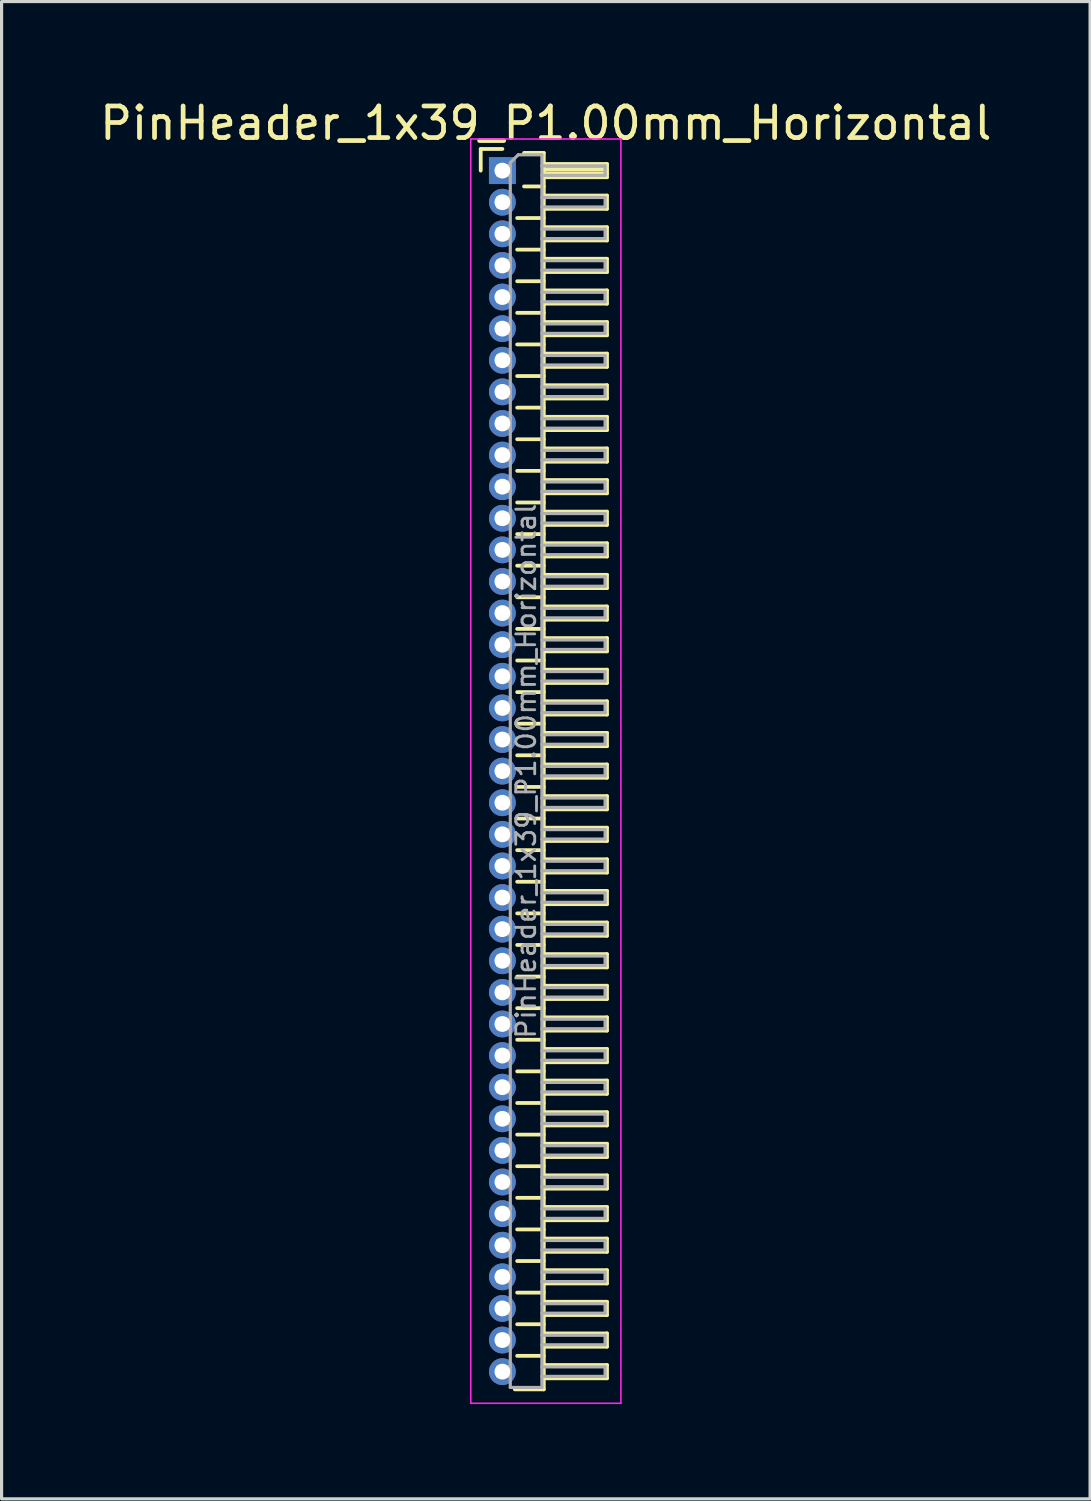
<source format=kicad_pcb>
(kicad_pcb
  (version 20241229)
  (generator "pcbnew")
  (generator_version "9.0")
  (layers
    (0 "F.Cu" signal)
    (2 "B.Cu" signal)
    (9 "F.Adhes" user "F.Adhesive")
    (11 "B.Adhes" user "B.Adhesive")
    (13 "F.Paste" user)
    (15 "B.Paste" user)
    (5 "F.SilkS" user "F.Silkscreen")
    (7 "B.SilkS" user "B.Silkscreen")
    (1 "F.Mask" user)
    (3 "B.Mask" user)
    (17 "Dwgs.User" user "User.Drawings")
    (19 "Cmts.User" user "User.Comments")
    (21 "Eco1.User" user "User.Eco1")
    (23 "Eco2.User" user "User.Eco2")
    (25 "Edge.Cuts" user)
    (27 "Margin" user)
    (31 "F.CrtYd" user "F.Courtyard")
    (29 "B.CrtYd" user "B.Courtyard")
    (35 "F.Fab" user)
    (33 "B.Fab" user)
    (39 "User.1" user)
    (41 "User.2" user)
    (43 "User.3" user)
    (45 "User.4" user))
  (footprint "PinHeader_1x39_P1.00mm_Horizontal"
    (layer "F.Cu")
    (at 12.845 2.348)
    (property "Reference" "PinHeader_1x39_P1.00mm_Horizontal" (at 1.375 -1.5 0) (layer "F.SilkS") (effects (font (size 1 1) (thickness 0.15))))
    (attr through_hole)
    (fp_line (start -0.685 -0.685) (end 0 -0.685) (stroke (width 0.12) (type solid)) (layer "F.SilkS"))
    (fp_line (start -0.685 0) (end -0.685 -0.685) (stroke (width 0.12) (type solid)) (layer "F.SilkS"))
    (fp_line (start 0.468 1.5) (end 1.31 1.5) (stroke (width 0.12) (type solid)) (layer "F.SilkS"))
    (fp_line (start 0.468 2.5) (end 1.31 2.5) (stroke (width 0.12) (type solid)) (layer "F.SilkS"))
    (fp_line (start 0.468 3.5) (end 1.31 3.5) (stroke (width 0.12) (type solid)) (layer "F.SilkS"))
    (fp_line (start 0.468 4.5) (end 1.31 4.5) (stroke (width 0.12) (type solid)) (layer "F.SilkS"))
    (fp_line (start 0.468 5.5) (end 1.31 5.5) (stroke (width 0.12) (type solid)) (layer "F.SilkS"))
    (fp_line (start 0.468 6.5) (end 1.31 6.5) (stroke (width 0.12) (type solid)) (layer "F.SilkS"))
    (fp_line (start 0.468 7.5) (end 1.31 7.5) (stroke (width 0.12) (type solid)) (layer "F.SilkS"))
    (fp_line (start 0.468 8.5) (end 1.31 8.5) (stroke (width 0.12) (type solid)) (layer "F.SilkS"))
    (fp_line (start 0.468 9.5) (end 1.31 9.5) (stroke (width 0.12) (type solid)) (layer "F.SilkS"))
    (fp_line (start 0.468 10.5) (end 1.31 10.5) (stroke (width 0.12) (type solid)) (layer "F.SilkS"))
    (fp_line (start 0.468 11.5) (end 1.31 11.5) (stroke (width 0.12) (type solid)) (layer "F.SilkS"))
    (fp_line (start 0.468 12.5) (end 1.31 12.5) (stroke (width 0.12) (type solid)) (layer "F.SilkS"))
    (fp_line (start 0.468 13.5) (end 1.31 13.5) (stroke (width 0.12) (type solid)) (layer "F.SilkS"))
    (fp_line (start 0.468 14.5) (end 1.31 14.5) (stroke (width 0.12) (type solid)) (layer "F.SilkS"))
    (fp_line (start 0.468 15.5) (end 1.31 15.5) (stroke (width 0.12) (type solid)) (layer "F.SilkS"))
    (fp_line (start 0.468 16.5) (end 1.31 16.5) (stroke (width 0.12) (type solid)) (layer "F.SilkS"))
    (fp_line (start 0.468 17.5) (end 1.31 17.5) (stroke (width 0.12) (type solid)) (layer "F.SilkS"))
    (fp_line (start 0.468 18.5) (end 1.31 18.5) (stroke (width 0.12) (type solid)) (layer "F.SilkS"))
    (fp_line (start 0.468 19.5) (end 1.31 19.5) (stroke (width 0.12) (type solid)) (layer "F.SilkS"))
    (fp_line (start 0.468 20.5) (end 1.31 20.5) (stroke (width 0.12) (type solid)) (layer "F.SilkS"))
    (fp_line (start 0.468 21.5) (end 1.31 21.5) (stroke (width 0.12) (type solid)) (layer "F.SilkS"))
    (fp_line (start 0.468 22.5) (end 1.31 22.5) (stroke (width 0.12) (type solid)) (layer "F.SilkS"))
    (fp_line (start 0.468 23.5) (end 1.31 23.5) (stroke (width 0.12) (type solid)) (layer "F.SilkS"))
    (fp_line (start 0.468 24.5) (end 1.31 24.5) (stroke (width 0.12) (type solid)) (layer "F.SilkS"))
    (fp_line (start 0.468 25.5) (end 1.31 25.5) (stroke (width 0.12) (type solid)) (layer "F.SilkS"))
    (fp_line (start 0.468 26.5) (end 1.31 26.5) (stroke (width 0.12) (type solid)) (layer "F.SilkS"))
    (fp_line (start 0.468 27.5) (end 1.31 27.5) (stroke (width 0.12) (type solid)) (layer "F.SilkS"))
    (fp_line (start 0.468 28.5) (end 1.31 28.5) (stroke (width 0.12) (type solid)) (layer "F.SilkS"))
    (fp_line (start 0.468 29.5) (end 1.31 29.5) (stroke (width 0.12) (type solid)) (layer "F.SilkS"))
    (fp_line (start 0.468 30.5) (end 1.31 30.5) (stroke (width 0.12) (type solid)) (layer "F.SilkS"))
    (fp_line (start 0.468 31.5) (end 1.31 31.5) (stroke (width 0.12) (type solid)) (layer "F.SilkS"))
    (fp_line (start 0.468 32.5) (end 1.31 32.5) (stroke (width 0.12) (type solid)) (layer "F.SilkS"))
    (fp_line (start 0.468 33.5) (end 1.31 33.5) (stroke (width 0.12) (type solid)) (layer "F.SilkS"))
    (fp_line (start 0.468 34.5) (end 1.31 34.5) (stroke (width 0.12) (type solid)) (layer "F.SilkS"))
    (fp_line (start 0.468 35.5) (end 1.31 35.5) (stroke (width 0.12) (type solid)) (layer "F.SilkS"))
    (fp_line (start 0.468 36.5) (end 1.31 36.5) (stroke (width 0.12) (type solid)) (layer "F.SilkS"))
    (fp_line (start 0.468 37.5) (end 1.31 37.5) (stroke (width 0.12) (type solid)) (layer "F.SilkS"))
    (fp_line (start 0.685 -0.56) (end 1.31 -0.56) (stroke (width 0.12) (type solid)) (layer "F.SilkS"))
    (fp_line (start 0.685 0.5) (end 1.31 0.5) (stroke (width 0.12) (type solid)) (layer "F.SilkS"))
    (fp_line (start 1.31 -0.56) (end 1.31 38.56) (stroke (width 0.12) (type solid)) (layer "F.SilkS"))
    (fp_line (start 1.31 -0.21) (end 3.31 -0.21) (stroke (width 0.12) (type solid)) (layer "F.SilkS"))
    (fp_line (start 1.31 -0.15) (end 3.31 -0.15) (stroke (width 0.12) (type solid)) (layer "F.SilkS"))
    (fp_line (start 1.31 -0.03) (end 3.31 -0.03) (stroke (width 0.12) (type solid)) (layer "F.SilkS"))
    (fp_line (start 1.31 0.09) (end 3.31 0.09) (stroke (width 0.12) (type solid)) (layer "F.SilkS"))
    (fp_line (start 1.31 0.79) (end 3.31 0.79) (stroke (width 0.12) (type solid)) (layer "F.SilkS"))
    (fp_line (start 1.31 1.79) (end 3.31 1.79) (stroke (width 0.12) (type solid)) (layer "F.SilkS"))
    (fp_line (start 1.31 2.79) (end 3.31 2.79) (stroke (width 0.12) (type solid)) (layer "F.SilkS"))
    (fp_line (start 1.31 3.79) (end 3.31 3.79) (stroke (width 0.12) (type solid)) (layer "F.SilkS"))
    (fp_line (start 1.31 4.79) (end 3.31 4.79) (stroke (width 0.12) (type solid)) (layer "F.SilkS"))
    (fp_line (start 1.31 5.79) (end 3.31 5.79) (stroke (width 0.12) (type solid)) (layer "F.SilkS"))
    (fp_line (start 1.31 6.79) (end 3.31 6.79) (stroke (width 0.12) (type solid)) (layer "F.SilkS"))
    (fp_line (start 1.31 7.79) (end 3.31 7.79) (stroke (width 0.12) (type solid)) (layer "F.SilkS"))
    (fp_line (start 1.31 8.79) (end 3.31 8.79) (stroke (width 0.12) (type solid)) (layer "F.SilkS"))
    (fp_line (start 1.31 9.79) (end 3.31 9.79) (stroke (width 0.12) (type solid)) (layer "F.SilkS"))
    (fp_line (start 1.31 10.79) (end 3.31 10.79) (stroke (width 0.12) (type solid)) (layer "F.SilkS"))
    (fp_line (start 1.31 11.79) (end 3.31 11.79) (stroke (width 0.12) (type solid)) (layer "F.SilkS"))
    (fp_line (start 1.31 12.79) (end 3.31 12.79) (stroke (width 0.12) (type solid)) (layer "F.SilkS"))
    (fp_line (start 1.31 13.79) (end 3.31 13.79) (stroke (width 0.12) (type solid)) (layer "F.SilkS"))
    (fp_line (start 1.31 14.79) (end 3.31 14.79) (stroke (width 0.12) (type solid)) (layer "F.SilkS"))
    (fp_line (start 1.31 15.79) (end 3.31 15.79) (stroke (width 0.12) (type solid)) (layer "F.SilkS"))
    (fp_line (start 1.31 16.79) (end 3.31 16.79) (stroke (width 0.12) (type solid)) (layer "F.SilkS"))
    (fp_line (start 1.31 17.79) (end 3.31 17.79) (stroke (width 0.12) (type solid)) (layer "F.SilkS"))
    (fp_line (start 1.31 18.79) (end 3.31 18.79) (stroke (width 0.12) (type solid)) (layer "F.SilkS"))
    (fp_line (start 1.31 19.79) (end 3.31 19.79) (stroke (width 0.12) (type solid)) (layer "F.SilkS"))
    (fp_line (start 1.31 20.79) (end 3.31 20.79) (stroke (width 0.12) (type solid)) (layer "F.SilkS"))
    (fp_line (start 1.31 21.79) (end 3.31 21.79) (stroke (width 0.12) (type solid)) (layer "F.SilkS"))
    (fp_line (start 1.31 22.79) (end 3.31 22.79) (stroke (width 0.12) (type solid)) (layer "F.SilkS"))
    (fp_line (start 1.31 23.79) (end 3.31 23.79) (stroke (width 0.12) (type solid)) (layer "F.SilkS"))
    (fp_line (start 1.31 24.79) (end 3.31 24.79) (stroke (width 0.12) (type solid)) (layer "F.SilkS"))
    (fp_line (start 1.31 25.79) (end 3.31 25.79) (stroke (width 0.12) (type solid)) (layer "F.SilkS"))
    (fp_line (start 1.31 26.79) (end 3.31 26.79) (stroke (width 0.12) (type solid)) (layer "F.SilkS"))
    (fp_line (start 1.31 27.79) (end 3.31 27.79) (stroke (width 0.12) (type solid)) (layer "F.SilkS"))
    (fp_line (start 1.31 28.79) (end 3.31 28.79) (stroke (width 0.12) (type solid)) (layer "F.SilkS"))
    (fp_line (start 1.31 29.79) (end 3.31 29.79) (stroke (width 0.12) (type solid)) (layer "F.SilkS"))
    (fp_line (start 1.31 30.79) (end 3.31 30.79) (stroke (width 0.12) (type solid)) (layer "F.SilkS"))
    (fp_line (start 1.31 31.79) (end 3.31 31.79) (stroke (width 0.12) (type solid)) (layer "F.SilkS"))
    (fp_line (start 1.31 32.79) (end 3.31 32.79) (stroke (width 0.12) (type solid)) (layer "F.SilkS"))
    (fp_line (start 1.31 33.79) (end 3.31 33.79) (stroke (width 0.12) (type solid)) (layer "F.SilkS"))
    (fp_line (start 1.31 34.79) (end 3.31 34.79) (stroke (width 0.12) (type solid)) (layer "F.SilkS"))
    (fp_line (start 1.31 35.79) (end 3.31 35.79) (stroke (width 0.12) (type solid)) (layer "F.SilkS"))
    (fp_line (start 1.31 36.79) (end 3.31 36.79) (stroke (width 0.12) (type solid)) (layer "F.SilkS"))
    (fp_line (start 1.31 37.79) (end 3.31 37.79) (stroke (width 0.12) (type solid)) (layer "F.SilkS"))
    (fp_line (start 1.31 38.56) (end 0.394 38.56) (stroke (width 0.12) (type solid)) (layer "F.SilkS"))
    (fp_line (start 3.31 -0.21) (end 3.31 0.21) (stroke (width 0.12) (type solid)) (layer "F.SilkS"))
    (fp_line (start 3.31 0.21) (end 1.31 0.21) (stroke (width 0.12) (type solid)) (layer "F.SilkS"))
    (fp_line (start 3.31 0.79) (end 3.31 1.21) (stroke (width 0.12) (type solid)) (layer "F.SilkS"))
    (fp_line (start 3.31 1.21) (end 1.31 1.21) (stroke (width 0.12) (type solid)) (layer "F.SilkS"))
    (fp_line (start 3.31 1.79) (end 3.31 2.21) (stroke (width 0.12) (type solid)) (layer "F.SilkS"))
    (fp_line (start 3.31 2.21) (end 1.31 2.21) (stroke (width 0.12) (type solid)) (layer "F.SilkS"))
    (fp_line (start 3.31 2.79) (end 3.31 3.21) (stroke (width 0.12) (type solid)) (layer "F.SilkS"))
    (fp_line (start 3.31 3.21) (end 1.31 3.21) (stroke (width 0.12) (type solid)) (layer "F.SilkS"))
    (fp_line (start 3.31 3.79) (end 3.31 4.21) (stroke (width 0.12) (type solid)) (layer "F.SilkS"))
    (fp_line (start 3.31 4.21) (end 1.31 4.21) (stroke (width 0.12) (type solid)) (layer "F.SilkS"))
    (fp_line (start 3.31 4.79) (end 3.31 5.21) (stroke (width 0.12) (type solid)) (layer "F.SilkS"))
    (fp_line (start 3.31 5.21) (end 1.31 5.21) (stroke (width 0.12) (type solid)) (layer "F.SilkS"))
    (fp_line (start 3.31 5.79) (end 3.31 6.21) (stroke (width 0.12) (type solid)) (layer "F.SilkS"))
    (fp_line (start 3.31 6.21) (end 1.31 6.21) (stroke (width 0.12) (type solid)) (layer "F.SilkS"))
    (fp_line (start 3.31 6.79) (end 3.31 7.21) (stroke (width 0.12) (type solid)) (layer "F.SilkS"))
    (fp_line (start 3.31 7.21) (end 1.31 7.21) (stroke (width 0.12) (type solid)) (layer "F.SilkS"))
    (fp_line (start 3.31 7.79) (end 3.31 8.21) (stroke (width 0.12) (type solid)) (layer "F.SilkS"))
    (fp_line (start 3.31 8.21) (end 1.31 8.21) (stroke (width 0.12) (type solid)) (layer "F.SilkS"))
    (fp_line (start 3.31 8.79) (end 3.31 9.21) (stroke (width 0.12) (type solid)) (layer "F.SilkS"))
    (fp_line (start 3.31 9.21) (end 1.31 9.21) (stroke (width 0.12) (type solid)) (layer "F.SilkS"))
    (fp_line (start 3.31 9.79) (end 3.31 10.21) (stroke (width 0.12) (type solid)) (layer "F.SilkS"))
    (fp_line (start 3.31 10.21) (end 1.31 10.21) (stroke (width 0.12) (type solid)) (layer "F.SilkS"))
    (fp_line (start 3.31 10.79) (end 3.31 11.21) (stroke (width 0.12) (type solid)) (layer "F.SilkS"))
    (fp_line (start 3.31 11.21) (end 1.31 11.21) (stroke (width 0.12) (type solid)) (layer "F.SilkS"))
    (fp_line (start 3.31 11.79) (end 3.31 12.21) (stroke (width 0.12) (type solid)) (layer "F.SilkS"))
    (fp_line (start 3.31 12.21) (end 1.31 12.21) (stroke (width 0.12) (type solid)) (layer "F.SilkS"))
    (fp_line (start 3.31 12.79) (end 3.31 13.21) (stroke (width 0.12) (type solid)) (layer "F.SilkS"))
    (fp_line (start 3.31 13.21) (end 1.31 13.21) (stroke (width 0.12) (type solid)) (layer "F.SilkS"))
    (fp_line (start 3.31 13.79) (end 3.31 14.21) (stroke (width 0.12) (type solid)) (layer "F.SilkS"))
    (fp_line (start 3.31 14.21) (end 1.31 14.21) (stroke (width 0.12) (type solid)) (layer "F.SilkS"))
    (fp_line (start 3.31 14.79) (end 3.31 15.21) (stroke (width 0.12) (type solid)) (layer "F.SilkS"))
    (fp_line (start 3.31 15.21) (end 1.31 15.21) (stroke (width 0.12) (type solid)) (layer "F.SilkS"))
    (fp_line (start 3.31 15.79) (end 3.31 16.21) (stroke (width 0.12) (type solid)) (layer "F.SilkS"))
    (fp_line (start 3.31 16.21) (end 1.31 16.21) (stroke (width 0.12) (type solid)) (layer "F.SilkS"))
    (fp_line (start 3.31 16.79) (end 3.31 17.21) (stroke (width 0.12) (type solid)) (layer "F.SilkS"))
    (fp_line (start 3.31 17.21) (end 1.31 17.21) (stroke (width 0.12) (type solid)) (layer "F.SilkS"))
    (fp_line (start 3.31 17.79) (end 3.31 18.21) (stroke (width 0.12) (type solid)) (layer "F.SilkS"))
    (fp_line (start 3.31 18.21) (end 1.31 18.21) (stroke (width 0.12) (type solid)) (layer "F.SilkS"))
    (fp_line (start 3.31 18.79) (end 3.31 19.21) (stroke (width 0.12) (type solid)) (layer "F.SilkS"))
    (fp_line (start 3.31 19.21) (end 1.31 19.21) (stroke (width 0.12) (type solid)) (layer "F.SilkS"))
    (fp_line (start 3.31 19.79) (end 3.31 20.21) (stroke (width 0.12) (type solid)) (layer "F.SilkS"))
    (fp_line (start 3.31 20.21) (end 1.31 20.21) (stroke (width 0.12) (type solid)) (layer "F.SilkS"))
    (fp_line (start 3.31 20.79) (end 3.31 21.21) (stroke (width 0.12) (type solid)) (layer "F.SilkS"))
    (fp_line (start 3.31 21.21) (end 1.31 21.21) (stroke (width 0.12) (type solid)) (layer "F.SilkS"))
    (fp_line (start 3.31 21.79) (end 3.31 22.21) (stroke (width 0.12) (type solid)) (layer "F.SilkS"))
    (fp_line (start 3.31 22.21) (end 1.31 22.21) (stroke (width 0.12) (type solid)) (layer "F.SilkS"))
    (fp_line (start 3.31 22.79) (end 3.31 23.21) (stroke (width 0.12) (type solid)) (layer "F.SilkS"))
    (fp_line (start 3.31 23.21) (end 1.31 23.21) (stroke (width 0.12) (type solid)) (layer "F.SilkS"))
    (fp_line (start 3.31 23.79) (end 3.31 24.21) (stroke (width 0.12) (type solid)) (layer "F.SilkS"))
    (fp_line (start 3.31 24.21) (end 1.31 24.21) (stroke (width 0.12) (type solid)) (layer "F.SilkS"))
    (fp_line (start 3.31 24.79) (end 3.31 25.21) (stroke (width 0.12) (type solid)) (layer "F.SilkS"))
    (fp_line (start 3.31 25.21) (end 1.31 25.21) (stroke (width 0.12) (type solid)) (layer "F.SilkS"))
    (fp_line (start 3.31 25.79) (end 3.31 26.21) (stroke (width 0.12) (type solid)) (layer "F.SilkS"))
    (fp_line (start 3.31 26.21) (end 1.31 26.21) (stroke (width 0.12) (type solid)) (layer "F.SilkS"))
    (fp_line (start 3.31 26.79) (end 3.31 27.21) (stroke (width 0.12) (type solid)) (layer "F.SilkS"))
    (fp_line (start 3.31 27.21) (end 1.31 27.21) (stroke (width 0.12) (type solid)) (layer "F.SilkS"))
    (fp_line (start 3.31 27.79) (end 3.31 28.21) (stroke (width 0.12) (type solid)) (layer "F.SilkS"))
    (fp_line (start 3.31 28.21) (end 1.31 28.21) (stroke (width 0.12) (type solid)) (layer "F.SilkS"))
    (fp_line (start 3.31 28.79) (end 3.31 29.21) (stroke (width 0.12) (type solid)) (layer "F.SilkS"))
    (fp_line (start 3.31 29.21) (end 1.31 29.21) (stroke (width 0.12) (type solid)) (layer "F.SilkS"))
    (fp_line (start 3.31 29.79) (end 3.31 30.21) (stroke (width 0.12) (type solid)) (layer "F.SilkS"))
    (fp_line (start 3.31 30.21) (end 1.31 30.21) (stroke (width 0.12) (type solid)) (layer "F.SilkS"))
    (fp_line (start 3.31 30.79) (end 3.31 31.21) (stroke (width 0.12) (type solid)) (layer "F.SilkS"))
    (fp_line (start 3.31 31.21) (end 1.31 31.21) (stroke (width 0.12) (type solid)) (layer "F.SilkS"))
    (fp_line (start 3.31 31.79) (end 3.31 32.21) (stroke (width 0.12) (type solid)) (layer "F.SilkS"))
    (fp_line (start 3.31 32.21) (end 1.31 32.21) (stroke (width 0.12) (type solid)) (layer "F.SilkS"))
    (fp_line (start 3.31 32.79) (end 3.31 33.21) (stroke (width 0.12) (type solid)) (layer "F.SilkS"))
    (fp_line (start 3.31 33.21) (end 1.31 33.21) (stroke (width 0.12) (type solid)) (layer "F.SilkS"))
    (fp_line (start 3.31 33.79) (end 3.31 34.21) (stroke (width 0.12) (type solid)) (layer "F.SilkS"))
    (fp_line (start 3.31 34.21) (end 1.31 34.21) (stroke (width 0.12) (type solid)) (layer "F.SilkS"))
    (fp_line (start 3.31 34.79) (end 3.31 35.21) (stroke (width 0.12) (type solid)) (layer "F.SilkS"))
    (fp_line (start 3.31 35.21) (end 1.31 35.21) (stroke (width 0.12) (type solid)) (layer "F.SilkS"))
    (fp_line (start 3.31 35.79) (end 3.31 36.21) (stroke (width 0.12) (type solid)) (layer "F.SilkS"))
    (fp_line (start 3.31 36.21) (end 1.31 36.21) (stroke (width 0.12) (type solid)) (layer "F.SilkS"))
    (fp_line (start 3.31 36.79) (end 3.31 37.21) (stroke (width 0.12) (type solid)) (layer "F.SilkS"))
    (fp_line (start 3.31 37.21) (end 1.31 37.21) (stroke (width 0.12) (type solid)) (layer "F.SilkS"))
    (fp_line (start 3.31 37.79) (end 3.31 38.21) (stroke (width 0.12) (type solid)) (layer "F.SilkS"))
    (fp_line (start 3.31 38.21) (end 1.31 38.21) (stroke (width 0.12) (type solid)) (layer "F.SilkS"))
    (fp_line (start -1 -1) (end -1 39) (stroke (width 0.05) (type solid)) (layer "F.CrtYd"))
    (fp_line (start -1 39) (end 3.75 39) (stroke (width 0.05) (type solid)) (layer "F.CrtYd"))
    (fp_line (start 3.75 -1) (end -1 -1) (stroke (width 0.05) (type solid)) (layer "F.CrtYd"))
    (fp_line (start 3.75 39) (end 3.75 -1) (stroke (width 0.05) (type solid)) (layer "F.CrtYd"))
    (fp_line (start -0.15 -0.15) (end -0.15 0.15) (stroke (width 0.1) (type solid)) (layer "F.Fab"))
    (fp_line (start -0.15 -0.15) (end 0.25 -0.15) (stroke (width 0.1) (type solid)) (layer "F.Fab"))
    (fp_line (start -0.15 0.15) (end 0.25 0.15) (stroke (width 0.1) (type solid)) (layer "F.Fab"))
    (fp_line (start -0.15 0.85) (end -0.15 1.15) (stroke (width 0.1) (type solid)) (layer "F.Fab"))
    (fp_line (start -0.15 0.85) (end 0.25 0.85) (stroke (width 0.1) (type solid)) (layer "F.Fab"))
    (fp_line (start -0.15 1.15) (end 0.25 1.15) (stroke (width 0.1) (type solid)) (layer "F.Fab"))
    (fp_line (start -0.15 1.85) (end -0.15 2.15) (stroke (width 0.1) (type solid)) (layer "F.Fab"))
    (fp_line (start -0.15 1.85) (end 0.25 1.85) (stroke (width 0.1) (type solid)) (layer "F.Fab"))
    (fp_line (start -0.15 2.15) (end 0.25 2.15) (stroke (width 0.1) (type solid)) (layer "F.Fab"))
    (fp_line (start -0.15 2.85) (end -0.15 3.15) (stroke (width 0.1) (type solid)) (layer "F.Fab"))
    (fp_line (start -0.15 2.85) (end 0.25 2.85) (stroke (width 0.1) (type solid)) (layer "F.Fab"))
    (fp_line (start -0.15 3.15) (end 0.25 3.15) (stroke (width 0.1) (type solid)) (layer "F.Fab"))
    (fp_line (start -0.15 3.85) (end -0.15 4.15) (stroke (width 0.1) (type solid)) (layer "F.Fab"))
    (fp_line (start -0.15 3.85) (end 0.25 3.85) (stroke (width 0.1) (type solid)) (layer "F.Fab"))
    (fp_line (start -0.15 4.15) (end 0.25 4.15) (stroke (width 0.1) (type solid)) (layer "F.Fab"))
    (fp_line (start -0.15 4.85) (end -0.15 5.15) (stroke (width 0.1) (type solid)) (layer "F.Fab"))
    (fp_line (start -0.15 4.85) (end 0.25 4.85) (stroke (width 0.1) (type solid)) (layer "F.Fab"))
    (fp_line (start -0.15 5.15) (end 0.25 5.15) (stroke (width 0.1) (type solid)) (layer "F.Fab"))
    (fp_line (start -0.15 5.85) (end -0.15 6.15) (stroke (width 0.1) (type solid)) (layer "F.Fab"))
    (fp_line (start -0.15 5.85) (end 0.25 5.85) (stroke (width 0.1) (type solid)) (layer "F.Fab"))
    (fp_line (start -0.15 6.15) (end 0.25 6.15) (stroke (width 0.1) (type solid)) (layer "F.Fab"))
    (fp_line (start -0.15 6.85) (end -0.15 7.15) (stroke (width 0.1) (type solid)) (layer "F.Fab"))
    (fp_line (start -0.15 6.85) (end 0.25 6.85) (stroke (width 0.1) (type solid)) (layer "F.Fab"))
    (fp_line (start -0.15 7.15) (end 0.25 7.15) (stroke (width 0.1) (type solid)) (layer "F.Fab"))
    (fp_line (start -0.15 7.85) (end -0.15 8.15) (stroke (width 0.1) (type solid)) (layer "F.Fab"))
    (fp_line (start -0.15 7.85) (end 0.25 7.85) (stroke (width 0.1) (type solid)) (layer "F.Fab"))
    (fp_line (start -0.15 8.15) (end 0.25 8.15) (stroke (width 0.1) (type solid)) (layer "F.Fab"))
    (fp_line (start -0.15 8.85) (end -0.15 9.15) (stroke (width 0.1) (type solid)) (layer "F.Fab"))
    (fp_line (start -0.15 8.85) (end 0.25 8.85) (stroke (width 0.1) (type solid)) (layer "F.Fab"))
    (fp_line (start -0.15 9.15) (end 0.25 9.15) (stroke (width 0.1) (type solid)) (layer "F.Fab"))
    (fp_line (start -0.15 9.85) (end -0.15 10.15) (stroke (width 0.1) (type solid)) (layer "F.Fab"))
    (fp_line (start -0.15 9.85) (end 0.25 9.85) (stroke (width 0.1) (type solid)) (layer "F.Fab"))
    (fp_line (start -0.15 10.15) (end 0.25 10.15) (stroke (width 0.1) (type solid)) (layer "F.Fab"))
    (fp_line (start -0.15 10.85) (end -0.15 11.15) (stroke (width 0.1) (type solid)) (layer "F.Fab"))
    (fp_line (start -0.15 10.85) (end 0.25 10.85) (stroke (width 0.1) (type solid)) (layer "F.Fab"))
    (fp_line (start -0.15 11.15) (end 0.25 11.15) (stroke (width 0.1) (type solid)) (layer "F.Fab"))
    (fp_line (start -0.15 11.85) (end -0.15 12.15) (stroke (width 0.1) (type solid)) (layer "F.Fab"))
    (fp_line (start -0.15 11.85) (end 0.25 11.85) (stroke (width 0.1) (type solid)) (layer "F.Fab"))
    (fp_line (start -0.15 12.15) (end 0.25 12.15) (stroke (width 0.1) (type solid)) (layer "F.Fab"))
    (fp_line (start -0.15 12.85) (end -0.15 13.15) (stroke (width 0.1) (type solid)) (layer "F.Fab"))
    (fp_line (start -0.15 12.85) (end 0.25 12.85) (stroke (width 0.1) (type solid)) (layer "F.Fab"))
    (fp_line (start -0.15 13.15) (end 0.25 13.15) (stroke (width 0.1) (type solid)) (layer "F.Fab"))
    (fp_line (start -0.15 13.85) (end -0.15 14.15) (stroke (width 0.1) (type solid)) (layer "F.Fab"))
    (fp_line (start -0.15 13.85) (end 0.25 13.85) (stroke (width 0.1) (type solid)) (layer "F.Fab"))
    (fp_line (start -0.15 14.15) (end 0.25 14.15) (stroke (width 0.1) (type solid)) (layer "F.Fab"))
    (fp_line (start -0.15 14.85) (end -0.15 15.15) (stroke (width 0.1) (type solid)) (layer "F.Fab"))
    (fp_line (start -0.15 14.85) (end 0.25 14.85) (stroke (width 0.1) (type solid)) (layer "F.Fab"))
    (fp_line (start -0.15 15.15) (end 0.25 15.15) (stroke (width 0.1) (type solid)) (layer "F.Fab"))
    (fp_line (start -0.15 15.85) (end -0.15 16.15) (stroke (width 0.1) (type solid)) (layer "F.Fab"))
    (fp_line (start -0.15 15.85) (end 0.25 15.85) (stroke (width 0.1) (type solid)) (layer "F.Fab"))
    (fp_line (start -0.15 16.15) (end 0.25 16.15) (stroke (width 0.1) (type solid)) (layer "F.Fab"))
    (fp_line (start -0.15 16.85) (end -0.15 17.15) (stroke (width 0.1) (type solid)) (layer "F.Fab"))
    (fp_line (start -0.15 16.85) (end 0.25 16.85) (stroke (width 0.1) (type solid)) (layer "F.Fab"))
    (fp_line (start -0.15 17.15) (end 0.25 17.15) (stroke (width 0.1) (type solid)) (layer "F.Fab"))
    (fp_line (start -0.15 17.85) (end -0.15 18.15) (stroke (width 0.1) (type solid)) (layer "F.Fab"))
    (fp_line (start -0.15 17.85) (end 0.25 17.85) (stroke (width 0.1) (type solid)) (layer "F.Fab"))
    (fp_line (start -0.15 18.15) (end 0.25 18.15) (stroke (width 0.1) (type solid)) (layer "F.Fab"))
    (fp_line (start -0.15 18.85) (end -0.15 19.15) (stroke (width 0.1) (type solid)) (layer "F.Fab"))
    (fp_line (start -0.15 18.85) (end 0.25 18.85) (stroke (width 0.1) (type solid)) (layer "F.Fab"))
    (fp_line (start -0.15 19.15) (end 0.25 19.15) (stroke (width 0.1) (type solid)) (layer "F.Fab"))
    (fp_line (start -0.15 19.85) (end -0.15 20.15) (stroke (width 0.1) (type solid)) (layer "F.Fab"))
    (fp_line (start -0.15 19.85) (end 0.25 19.85) (stroke (width 0.1) (type solid)) (layer "F.Fab"))
    (fp_line (start -0.15 20.15) (end 0.25 20.15) (stroke (width 0.1) (type solid)) (layer "F.Fab"))
    (fp_line (start -0.15 20.85) (end -0.15 21.15) (stroke (width 0.1) (type solid)) (layer "F.Fab"))
    (fp_line (start -0.15 20.85) (end 0.25 20.85) (stroke (width 0.1) (type solid)) (layer "F.Fab"))
    (fp_line (start -0.15 21.15) (end 0.25 21.15) (stroke (width 0.1) (type solid)) (layer "F.Fab"))
    (fp_line (start -0.15 21.85) (end -0.15 22.15) (stroke (width 0.1) (type solid)) (layer "F.Fab"))
    (fp_line (start -0.15 21.85) (end 0.25 21.85) (stroke (width 0.1) (type solid)) (layer "F.Fab"))
    (fp_line (start -0.15 22.15) (end 0.25 22.15) (stroke (width 0.1) (type solid)) (layer "F.Fab"))
    (fp_line (start -0.15 22.85) (end -0.15 23.15) (stroke (width 0.1) (type solid)) (layer "F.Fab"))
    (fp_line (start -0.15 22.85) (end 0.25 22.85) (stroke (width 0.1) (type solid)) (layer "F.Fab"))
    (fp_line (start -0.15 23.15) (end 0.25 23.15) (stroke (width 0.1) (type solid)) (layer "F.Fab"))
    (fp_line (start -0.15 23.85) (end -0.15 24.15) (stroke (width 0.1) (type solid)) (layer "F.Fab"))
    (fp_line (start -0.15 23.85) (end 0.25 23.85) (stroke (width 0.1) (type solid)) (layer "F.Fab"))
    (fp_line (start -0.15 24.15) (end 0.25 24.15) (stroke (width 0.1) (type solid)) (layer "F.Fab"))
    (fp_line (start -0.15 24.85) (end -0.15 25.15) (stroke (width 0.1) (type solid)) (layer "F.Fab"))
    (fp_line (start -0.15 24.85) (end 0.25 24.85) (stroke (width 0.1) (type solid)) (layer "F.Fab"))
    (fp_line (start -0.15 25.15) (end 0.25 25.15) (stroke (width 0.1) (type solid)) (layer "F.Fab"))
    (fp_line (start -0.15 25.85) (end -0.15 26.15) (stroke (width 0.1) (type solid)) (layer "F.Fab"))
    (fp_line (start -0.15 25.85) (end 0.25 25.85) (stroke (width 0.1) (type solid)) (layer "F.Fab"))
    (fp_line (start -0.15 26.15) (end 0.25 26.15) (stroke (width 0.1) (type solid)) (layer "F.Fab"))
    (fp_line (start -0.15 26.85) (end -0.15 27.15) (stroke (width 0.1) (type solid)) (layer "F.Fab"))
    (fp_line (start -0.15 26.85) (end 0.25 26.85) (stroke (width 0.1) (type solid)) (layer "F.Fab"))
    (fp_line (start -0.15 27.15) (end 0.25 27.15) (stroke (width 0.1) (type solid)) (layer "F.Fab"))
    (fp_line (start -0.15 27.85) (end -0.15 28.15) (stroke (width 0.1) (type solid)) (layer "F.Fab"))
    (fp_line (start -0.15 27.85) (end 0.25 27.85) (stroke (width 0.1) (type solid)) (layer "F.Fab"))
    (fp_line (start -0.15 28.15) (end 0.25 28.15) (stroke (width 0.1) (type solid)) (layer "F.Fab"))
    (fp_line (start -0.15 28.85) (end -0.15 29.15) (stroke (width 0.1) (type solid)) (layer "F.Fab"))
    (fp_line (start -0.15 28.85) (end 0.25 28.85) (stroke (width 0.1) (type solid)) (layer "F.Fab"))
    (fp_line (start -0.15 29.15) (end 0.25 29.15) (stroke (width 0.1) (type solid)) (layer "F.Fab"))
    (fp_line (start -0.15 29.85) (end -0.15 30.15) (stroke (width 0.1) (type solid)) (layer "F.Fab"))
    (fp_line (start -0.15 29.85) (end 0.25 29.85) (stroke (width 0.1) (type solid)) (layer "F.Fab"))
    (fp_line (start -0.15 30.15) (end 0.25 30.15) (stroke (width 0.1) (type solid)) (layer "F.Fab"))
    (fp_line (start -0.15 30.85) (end -0.15 31.15) (stroke (width 0.1) (type solid)) (layer "F.Fab"))
    (fp_line (start -0.15 30.85) (end 0.25 30.85) (stroke (width 0.1) (type solid)) (layer "F.Fab"))
    (fp_line (start -0.15 31.15) (end 0.25 31.15) (stroke (width 0.1) (type solid)) (layer "F.Fab"))
    (fp_line (start -0.15 31.85) (end -0.15 32.15) (stroke (width 0.1) (type solid)) (layer "F.Fab"))
    (fp_line (start -0.15 31.85) (end 0.25 31.85) (stroke (width 0.1) (type solid)) (layer "F.Fab"))
    (fp_line (start -0.15 32.15) (end 0.25 32.15) (stroke (width 0.1) (type solid)) (layer "F.Fab"))
    (fp_line (start -0.15 32.85) (end -0.15 33.15) (stroke (width 0.1) (type solid)) (layer "F.Fab"))
    (fp_line (start -0.15 32.85) (end 0.25 32.85) (stroke (width 0.1) (type solid)) (layer "F.Fab"))
    (fp_line (start -0.15 33.15) (end 0.25 33.15) (stroke (width 0.1) (type solid)) (layer "F.Fab"))
    (fp_line (start -0.15 33.85) (end -0.15 34.15) (stroke (width 0.1) (type solid)) (layer "F.Fab"))
    (fp_line (start -0.15 33.85) (end 0.25 33.85) (stroke (width 0.1) (type solid)) (layer "F.Fab"))
    (fp_line (start -0.15 34.15) (end 0.25 34.15) (stroke (width 0.1) (type solid)) (layer "F.Fab"))
    (fp_line (start -0.15 34.85) (end -0.15 35.15) (stroke (width 0.1) (type solid)) (layer "F.Fab"))
    (fp_line (start -0.15 34.85) (end 0.25 34.85) (stroke (width 0.1) (type solid)) (layer "F.Fab"))
    (fp_line (start -0.15 35.15) (end 0.25 35.15) (stroke (width 0.1) (type solid)) (layer "F.Fab"))
    (fp_line (start -0.15 35.85) (end -0.15 36.15) (stroke (width 0.1) (type solid)) (layer "F.Fab"))
    (fp_line (start -0.15 35.85) (end 0.25 35.85) (stroke (width 0.1) (type solid)) (layer "F.Fab"))
    (fp_line (start -0.15 36.15) (end 0.25 36.15) (stroke (width 0.1) (type solid)) (layer "F.Fab"))
    (fp_line (start -0.15 36.85) (end -0.15 37.15) (stroke (width 0.1) (type solid)) (layer "F.Fab"))
    (fp_line (start -0.15 36.85) (end 0.25 36.85) (stroke (width 0.1) (type solid)) (layer "F.Fab"))
    (fp_line (start -0.15 37.15) (end 0.25 37.15) (stroke (width 0.1) (type solid)) (layer "F.Fab"))
    (fp_line (start -0.15 37.85) (end -0.15 38.15) (stroke (width 0.1) (type solid)) (layer "F.Fab"))
    (fp_line (start -0.15 37.85) (end 0.25 37.85) (stroke (width 0.1) (type solid)) (layer "F.Fab"))
    (fp_line (start -0.15 38.15) (end 0.25 38.15) (stroke (width 0.1) (type solid)) (layer "F.Fab"))
    (fp_line (start 0.25 -0.25) (end 0.5 -0.5) (stroke (width 0.1) (type solid)) (layer "F.Fab"))
    (fp_line (start 0.25 38.5) (end 0.25 -0.25) (stroke (width 0.1) (type solid)) (layer "F.Fab"))
    (fp_line (start 0.5 -0.5) (end 1.25 -0.5) (stroke (width 0.1) (type solid)) (layer "F.Fab"))
    (fp_line (start 1.25 -0.5) (end 1.25 38.5) (stroke (width 0.1) (type solid)) (layer "F.Fab"))
    (fp_line (start 1.25 -0.15) (end 3.25 -0.15) (stroke (width 0.1) (type solid)) (layer "F.Fab"))
    (fp_line (start 1.25 0.15) (end 3.25 0.15) (stroke (width 0.1) (type solid)) (layer "F.Fab"))
    (fp_line (start 1.25 0.85) (end 3.25 0.85) (stroke (width 0.1) (type solid)) (layer "F.Fab"))
    (fp_line (start 1.25 1.15) (end 3.25 1.15) (stroke (width 0.1) (type solid)) (layer "F.Fab"))
    (fp_line (start 1.25 1.85) (end 3.25 1.85) (stroke (width 0.1) (type solid)) (layer "F.Fab"))
    (fp_line (start 1.25 2.15) (end 3.25 2.15) (stroke (width 0.1) (type solid)) (layer "F.Fab"))
    (fp_line (start 1.25 2.85) (end 3.25 2.85) (stroke (width 0.1) (type solid)) (layer "F.Fab"))
    (fp_line (start 1.25 3.15) (end 3.25 3.15) (stroke (width 0.1) (type solid)) (layer "F.Fab"))
    (fp_line (start 1.25 3.85) (end 3.25 3.85) (stroke (width 0.1) (type solid)) (layer "F.Fab"))
    (fp_line (start 1.25 4.15) (end 3.25 4.15) (stroke (width 0.1) (type solid)) (layer "F.Fab"))
    (fp_line (start 1.25 4.85) (end 3.25 4.85) (stroke (width 0.1) (type solid)) (layer "F.Fab"))
    (fp_line (start 1.25 5.15) (end 3.25 5.15) (stroke (width 0.1) (type solid)) (layer "F.Fab"))
    (fp_line (start 1.25 5.85) (end 3.25 5.85) (stroke (width 0.1) (type solid)) (layer "F.Fab"))
    (fp_line (start 1.25 6.15) (end 3.25 6.15) (stroke (width 0.1) (type solid)) (layer "F.Fab"))
    (fp_line (start 1.25 6.85) (end 3.25 6.85) (stroke (width 0.1) (type solid)) (layer "F.Fab"))
    (fp_line (start 1.25 7.15) (end 3.25 7.15) (stroke (width 0.1) (type solid)) (layer "F.Fab"))
    (fp_line (start 1.25 7.85) (end 3.25 7.85) (stroke (width 0.1) (type solid)) (layer "F.Fab"))
    (fp_line (start 1.25 8.15) (end 3.25 8.15) (stroke (width 0.1) (type solid)) (layer "F.Fab"))
    (fp_line (start 1.25 8.85) (end 3.25 8.85) (stroke (width 0.1) (type solid)) (layer "F.Fab"))
    (fp_line (start 1.25 9.15) (end 3.25 9.15) (stroke (width 0.1) (type solid)) (layer "F.Fab"))
    (fp_line (start 1.25 9.85) (end 3.25 9.85) (stroke (width 0.1) (type solid)) (layer "F.Fab"))
    (fp_line (start 1.25 10.15) (end 3.25 10.15) (stroke (width 0.1) (type solid)) (layer "F.Fab"))
    (fp_line (start 1.25 10.85) (end 3.25 10.85) (stroke (width 0.1) (type solid)) (layer "F.Fab"))
    (fp_line (start 1.25 11.15) (end 3.25 11.15) (stroke (width 0.1) (type solid)) (layer "F.Fab"))
    (fp_line (start 1.25 11.85) (end 3.25 11.85) (stroke (width 0.1) (type solid)) (layer "F.Fab"))
    (fp_line (start 1.25 12.15) (end 3.25 12.15) (stroke (width 0.1) (type solid)) (layer "F.Fab"))
    (fp_line (start 1.25 12.85) (end 3.25 12.85) (stroke (width 0.1) (type solid)) (layer "F.Fab"))
    (fp_line (start 1.25 13.15) (end 3.25 13.15) (stroke (width 0.1) (type solid)) (layer "F.Fab"))
    (fp_line (start 1.25 13.85) (end 3.25 13.85) (stroke (width 0.1) (type solid)) (layer "F.Fab"))
    (fp_line (start 1.25 14.15) (end 3.25 14.15) (stroke (width 0.1) (type solid)) (layer "F.Fab"))
    (fp_line (start 1.25 14.85) (end 3.25 14.85) (stroke (width 0.1) (type solid)) (layer "F.Fab"))
    (fp_line (start 1.25 15.15) (end 3.25 15.15) (stroke (width 0.1) (type solid)) (layer "F.Fab"))
    (fp_line (start 1.25 15.85) (end 3.25 15.85) (stroke (width 0.1) (type solid)) (layer "F.Fab"))
    (fp_line (start 1.25 16.15) (end 3.25 16.15) (stroke (width 0.1) (type solid)) (layer "F.Fab"))
    (fp_line (start 1.25 16.85) (end 3.25 16.85) (stroke (width 0.1) (type solid)) (layer "F.Fab"))
    (fp_line (start 1.25 17.15) (end 3.25 17.15) (stroke (width 0.1) (type solid)) (layer "F.Fab"))
    (fp_line (start 1.25 17.85) (end 3.25 17.85) (stroke (width 0.1) (type solid)) (layer "F.Fab"))
    (fp_line (start 1.25 18.15) (end 3.25 18.15) (stroke (width 0.1) (type solid)) (layer "F.Fab"))
    (fp_line (start 1.25 18.85) (end 3.25 18.85) (stroke (width 0.1) (type solid)) (layer "F.Fab"))
    (fp_line (start 1.25 19.15) (end 3.25 19.15) (stroke (width 0.1) (type solid)) (layer "F.Fab"))
    (fp_line (start 1.25 19.85) (end 3.25 19.85) (stroke (width 0.1) (type solid)) (layer "F.Fab"))
    (fp_line (start 1.25 20.15) (end 3.25 20.15) (stroke (width 0.1) (type solid)) (layer "F.Fab"))
    (fp_line (start 1.25 20.85) (end 3.25 20.85) (stroke (width 0.1) (type solid)) (layer "F.Fab"))
    (fp_line (start 1.25 21.15) (end 3.25 21.15) (stroke (width 0.1) (type solid)) (layer "F.Fab"))
    (fp_line (start 1.25 21.85) (end 3.25 21.85) (stroke (width 0.1) (type solid)) (layer "F.Fab"))
    (fp_line (start 1.25 22.15) (end 3.25 22.15) (stroke (width 0.1) (type solid)) (layer "F.Fab"))
    (fp_line (start 1.25 22.85) (end 3.25 22.85) (stroke (width 0.1) (type solid)) (layer "F.Fab"))
    (fp_line (start 1.25 23.15) (end 3.25 23.15) (stroke (width 0.1) (type solid)) (layer "F.Fab"))
    (fp_line (start 1.25 23.85) (end 3.25 23.85) (stroke (width 0.1) (type solid)) (layer "F.Fab"))
    (fp_line (start 1.25 24.15) (end 3.25 24.15) (stroke (width 0.1) (type solid)) (layer "F.Fab"))
    (fp_line (start 1.25 24.85) (end 3.25 24.85) (stroke (width 0.1) (type solid)) (layer "F.Fab"))
    (fp_line (start 1.25 25.15) (end 3.25 25.15) (stroke (width 0.1) (type solid)) (layer "F.Fab"))
    (fp_line (start 1.25 25.85) (end 3.25 25.85) (stroke (width 0.1) (type solid)) (layer "F.Fab"))
    (fp_line (start 1.25 26.15) (end 3.25 26.15) (stroke (width 0.1) (type solid)) (layer "F.Fab"))
    (fp_line (start 1.25 26.85) (end 3.25 26.85) (stroke (width 0.1) (type solid)) (layer "F.Fab"))
    (fp_line (start 1.25 27.15) (end 3.25 27.15) (stroke (width 0.1) (type solid)) (layer "F.Fab"))
    (fp_line (start 1.25 27.85) (end 3.25 27.85) (stroke (width 0.1) (type solid)) (layer "F.Fab"))
    (fp_line (start 1.25 28.15) (end 3.25 28.15) (stroke (width 0.1) (type solid)) (layer "F.Fab"))
    (fp_line (start 1.25 28.85) (end 3.25 28.85) (stroke (width 0.1) (type solid)) (layer "F.Fab"))
    (fp_line (start 1.25 29.15) (end 3.25 29.15) (stroke (width 0.1) (type solid)) (layer "F.Fab"))
    (fp_line (start 1.25 29.85) (end 3.25 29.85) (stroke (width 0.1) (type solid)) (layer "F.Fab"))
    (fp_line (start 1.25 30.15) (end 3.25 30.15) (stroke (width 0.1) (type solid)) (layer "F.Fab"))
    (fp_line (start 1.25 30.85) (end 3.25 30.85) (stroke (width 0.1) (type solid)) (layer "F.Fab"))
    (fp_line (start 1.25 31.15) (end 3.25 31.15) (stroke (width 0.1) (type solid)) (layer "F.Fab"))
    (fp_line (start 1.25 31.85) (end 3.25 31.85) (stroke (width 0.1) (type solid)) (layer "F.Fab"))
    (fp_line (start 1.25 32.15) (end 3.25 32.15) (stroke (width 0.1) (type solid)) (layer "F.Fab"))
    (fp_line (start 1.25 32.85) (end 3.25 32.85) (stroke (width 0.1) (type solid)) (layer "F.Fab"))
    (fp_line (start 1.25 33.15) (end 3.25 33.15) (stroke (width 0.1) (type solid)) (layer "F.Fab"))
    (fp_line (start 1.25 33.85) (end 3.25 33.85) (stroke (width 0.1) (type solid)) (layer "F.Fab"))
    (fp_line (start 1.25 34.15) (end 3.25 34.15) (stroke (width 0.1) (type solid)) (layer "F.Fab"))
    (fp_line (start 1.25 34.85) (end 3.25 34.85) (stroke (width 0.1) (type solid)) (layer "F.Fab"))
    (fp_line (start 1.25 35.15) (end 3.25 35.15) (stroke (width 0.1) (type solid)) (layer "F.Fab"))
    (fp_line (start 1.25 35.85) (end 3.25 35.85) (stroke (width 0.1) (type solid)) (layer "F.Fab"))
    (fp_line (start 1.25 36.15) (end 3.25 36.15) (stroke (width 0.1) (type solid)) (layer "F.Fab"))
    (fp_line (start 1.25 36.85) (end 3.25 36.85) (stroke (width 0.1) (type solid)) (layer "F.Fab"))
    (fp_line (start 1.25 37.15) (end 3.25 37.15) (stroke (width 0.1) (type solid)) (layer "F.Fab"))
    (fp_line (start 1.25 37.85) (end 3.25 37.85) (stroke (width 0.1) (type solid)) (layer "F.Fab"))
    (fp_line (start 1.25 38.15) (end 3.25 38.15) (stroke (width 0.1) (type solid)) (layer "F.Fab"))
    (fp_line (start 1.25 38.5) (end 0.25 38.5) (stroke (width 0.1) (type solid)) (layer "F.Fab"))
    (fp_line (start 3.25 -0.15) (end 3.25 0.15) (stroke (width 0.1) (type solid)) (layer "F.Fab"))
    (fp_line (start 3.25 0.85) (end 3.25 1.15) (stroke (width 0.1) (type solid)) (layer "F.Fab"))
    (fp_line (start 3.25 1.85) (end 3.25 2.15) (stroke (width 0.1) (type solid)) (layer "F.Fab"))
    (fp_line (start 3.25 2.85) (end 3.25 3.15) (stroke (width 0.1) (type solid)) (layer "F.Fab"))
    (fp_line (start 3.25 3.85) (end 3.25 4.15) (stroke (width 0.1) (type solid)) (layer "F.Fab"))
    (fp_line (start 3.25 4.85) (end 3.25 5.15) (stroke (width 0.1) (type solid)) (layer "F.Fab"))
    (fp_line (start 3.25 5.85) (end 3.25 6.15) (stroke (width 0.1) (type solid)) (layer "F.Fab"))
    (fp_line (start 3.25 6.85) (end 3.25 7.15) (stroke (width 0.1) (type solid)) (layer "F.Fab"))
    (fp_line (start 3.25 7.85) (end 3.25 8.15) (stroke (width 0.1) (type solid)) (layer "F.Fab"))
    (fp_line (start 3.25 8.85) (end 3.25 9.15) (stroke (width 0.1) (type solid)) (layer "F.Fab"))
    (fp_line (start 3.25 9.85) (end 3.25 10.15) (stroke (width 0.1) (type solid)) (layer "F.Fab"))
    (fp_line (start 3.25 10.85) (end 3.25 11.15) (stroke (width 0.1) (type solid)) (layer "F.Fab"))
    (fp_line (start 3.25 11.85) (end 3.25 12.15) (stroke (width 0.1) (type solid)) (layer "F.Fab"))
    (fp_line (start 3.25 12.85) (end 3.25 13.15) (stroke (width 0.1) (type solid)) (layer "F.Fab"))
    (fp_line (start 3.25 13.85) (end 3.25 14.15) (stroke (width 0.1) (type solid)) (layer "F.Fab"))
    (fp_line (start 3.25 14.85) (end 3.25 15.15) (stroke (width 0.1) (type solid)) (layer "F.Fab"))
    (fp_line (start 3.25 15.85) (end 3.25 16.15) (stroke (width 0.1) (type solid)) (layer "F.Fab"))
    (fp_line (start 3.25 16.85) (end 3.25 17.15) (stroke (width 0.1) (type solid)) (layer "F.Fab"))
    (fp_line (start 3.25 17.85) (end 3.25 18.15) (stroke (width 0.1) (type solid)) (layer "F.Fab"))
    (fp_line (start 3.25 18.85) (end 3.25 19.15) (stroke (width 0.1) (type solid)) (layer "F.Fab"))
    (fp_line (start 3.25 19.85) (end 3.25 20.15) (stroke (width 0.1) (type solid)) (layer "F.Fab"))
    (fp_line (start 3.25 20.85) (end 3.25 21.15) (stroke (width 0.1) (type solid)) (layer "F.Fab"))
    (fp_line (start 3.25 21.85) (end 3.25 22.15) (stroke (width 0.1) (type solid)) (layer "F.Fab"))
    (fp_line (start 3.25 22.85) (end 3.25 23.15) (stroke (width 0.1) (type solid)) (layer "F.Fab"))
    (fp_line (start 3.25 23.85) (end 3.25 24.15) (stroke (width 0.1) (type solid)) (layer "F.Fab"))
    (fp_line (start 3.25 24.85) (end 3.25 25.15) (stroke (width 0.1) (type solid)) (layer "F.Fab"))
    (fp_line (start 3.25 25.85) (end 3.25 26.15) (stroke (width 0.1) (type solid)) (layer "F.Fab"))
    (fp_line (start 3.25 26.85) (end 3.25 27.15) (stroke (width 0.1) (type solid)) (layer "F.Fab"))
    (fp_line (start 3.25 27.85) (end 3.25 28.15) (stroke (width 0.1) (type solid)) (layer "F.Fab"))
    (fp_line (start 3.25 28.85) (end 3.25 29.15) (stroke (width 0.1) (type solid)) (layer "F.Fab"))
    (fp_line (start 3.25 29.85) (end 3.25 30.15) (stroke (width 0.1) (type solid)) (layer "F.Fab"))
    (fp_line (start 3.25 30.85) (end 3.25 31.15) (stroke (width 0.1) (type solid)) (layer "F.Fab"))
    (fp_line (start 3.25 31.85) (end 3.25 32.15) (stroke (width 0.1) (type solid)) (layer "F.Fab"))
    (fp_line (start 3.25 32.85) (end 3.25 33.15) (stroke (width 0.1) (type solid)) (layer "F.Fab"))
    (fp_line (start 3.25 33.85) (end 3.25 34.15) (stroke (width 0.1) (type solid)) (layer "F.Fab"))
    (fp_line (start 3.25 34.85) (end 3.25 35.15) (stroke (width 0.1) (type solid)) (layer "F.Fab"))
    (fp_line (start 3.25 35.85) (end 3.25 36.15) (stroke (width 0.1) (type solid)) (layer "F.Fab"))
    (fp_line (start 3.25 36.85) (end 3.25 37.15) (stroke (width 0.1) (type solid)) (layer "F.Fab"))
    (fp_line (start 3.25 37.85) (end 3.25 38.15) (stroke (width 0.1) (type solid)) (layer "F.Fab"))
    (fp_text user "${REFERENCE}" (at 0.75 19 90) (layer "F.Fab") (effects (font (size 0.6 0.6) (thickness 0.09))))
    (pad "1" thru_hole rect (at 0 0) (size 0.85 0.85) (drill 0.5) (layers "*.Cu" "*.Mask"))
    (pad "2" thru_hole oval (at 0 1) (size 0.85 0.85) (drill 0.5) (layers "*.Cu" "*.Mask"))
    (pad "3" thru_hole oval (at 0 2) (size 0.85 0.85) (drill 0.5) (layers "*.Cu" "*.Mask"))
    (pad "4" thru_hole oval (at 0 3) (size 0.85 0.85) (drill 0.5) (layers "*.Cu" "*.Mask"))
    (pad "5" thru_hole oval (at 0 4) (size 0.85 0.85) (drill 0.5) (layers "*.Cu" "*.Mask"))
    (pad "6" thru_hole oval (at 0 5) (size 0.85 0.85) (drill 0.5) (layers "*.Cu" "*.Mask"))
    (pad "7" thru_hole oval (at 0 6) (size 0.85 0.85) (drill 0.5) (layers "*.Cu" "*.Mask"))
    (pad "8" thru_hole oval (at 0 7) (size 0.85 0.85) (drill 0.5) (layers "*.Cu" "*.Mask"))
    (pad "9" thru_hole oval (at 0 8) (size 0.85 0.85) (drill 0.5) (layers "*.Cu" "*.Mask"))
    (pad "10" thru_hole oval (at 0 9) (size 0.85 0.85) (drill 0.5) (layers "*.Cu" "*.Mask"))
    (pad "11" thru_hole oval (at 0 10) (size 0.85 0.85) (drill 0.5) (layers "*.Cu" "*.Mask"))
    (pad "12" thru_hole oval (at 0 11) (size 0.85 0.85) (drill 0.5) (layers "*.Cu" "*.Mask"))
    (pad "13" thru_hole oval (at 0 12) (size 0.85 0.85) (drill 0.5) (layers "*.Cu" "*.Mask"))
    (pad "14" thru_hole oval (at 0 13) (size 0.85 0.85) (drill 0.5) (layers "*.Cu" "*.Mask"))
    (pad "15" thru_hole oval (at 0 14) (size 0.85 0.85) (drill 0.5) (layers "*.Cu" "*.Mask"))
    (pad "16" thru_hole oval (at 0 15) (size 0.85 0.85) (drill 0.5) (layers "*.Cu" "*.Mask"))
    (pad "17" thru_hole oval (at 0 16) (size 0.85 0.85) (drill 0.5) (layers "*.Cu" "*.Mask"))
    (pad "18" thru_hole oval (at 0 17) (size 0.85 0.85) (drill 0.5) (layers "*.Cu" "*.Mask"))
    (pad "19" thru_hole oval (at 0 18) (size 0.85 0.85) (drill 0.5) (layers "*.Cu" "*.Mask"))
    (pad "20" thru_hole oval (at 0 19) (size 0.85 0.85) (drill 0.5) (layers "*.Cu" "*.Mask"))
    (pad "21" thru_hole oval (at 0 20) (size 0.85 0.85) (drill 0.5) (layers "*.Cu" "*.Mask"))
    (pad "22" thru_hole oval (at 0 21) (size 0.85 0.85) (drill 0.5) (layers "*.Cu" "*.Mask"))
    (pad "23" thru_hole oval (at 0 22) (size 0.85 0.85) (drill 0.5) (layers "*.Cu" "*.Mask"))
    (pad "24" thru_hole oval (at 0 23) (size 0.85 0.85) (drill 0.5) (layers "*.Cu" "*.Mask"))
    (pad "25" thru_hole oval (at 0 24) (size 0.85 0.85) (drill 0.5) (layers "*.Cu" "*.Mask"))
    (pad "26" thru_hole oval (at 0 25) (size 0.85 0.85) (drill 0.5) (layers "*.Cu" "*.Mask"))
    (pad "27" thru_hole oval (at 0 26) (size 0.85 0.85) (drill 0.5) (layers "*.Cu" "*.Mask"))
    (pad "28" thru_hole oval (at 0 27) (size 0.85 0.85) (drill 0.5) (layers "*.Cu" "*.Mask"))
    (pad "29" thru_hole oval (at 0 28) (size 0.85 0.85) (drill 0.5) (layers "*.Cu" "*.Mask"))
    (pad "30" thru_hole oval (at 0 29) (size 0.85 0.85) (drill 0.5) (layers "*.Cu" "*.Mask"))
    (pad "31" thru_hole oval (at 0 30) (size 0.85 0.85) (drill 0.5) (layers "*.Cu" "*.Mask"))
    (pad "32" thru_hole oval (at 0 31) (size 0.85 0.85) (drill 0.5) (layers "*.Cu" "*.Mask"))
    (pad "33" thru_hole oval (at 0 32) (size 0.85 0.85) (drill 0.5) (layers "*.Cu" "*.Mask"))
    (pad "34" thru_hole oval (at 0 33) (size 0.85 0.85) (drill 0.5) (layers "*.Cu" "*.Mask"))
    (pad "35" thru_hole oval (at 0 34) (size 0.85 0.85) (drill 0.5) (layers "*.Cu" "*.Mask"))
    (pad "36" thru_hole oval (at 0 35) (size 0.85 0.85) (drill 0.5) (layers "*.Cu" "*.Mask"))
    (pad "37" thru_hole oval (at 0 36) (size 0.85 0.85) (drill 0.5) (layers "*.Cu" "*.Mask"))
    (pad "38" thru_hole oval (at 0 37) (size 0.85 0.85) (drill 0.5) (layers "*.Cu" "*.Mask"))
    (pad "39" thru_hole oval (at 0 38) (size 0.85 0.85) (drill 0.5) (layers "*.Cu" "*.Mask")))
  (gr_rect
    (start -3 -3)
    (end 31.44 44.373)
    (stroke (width 0.1) (type default))
    (fill no)
    (layer "Edge.Cuts")))
</source>
